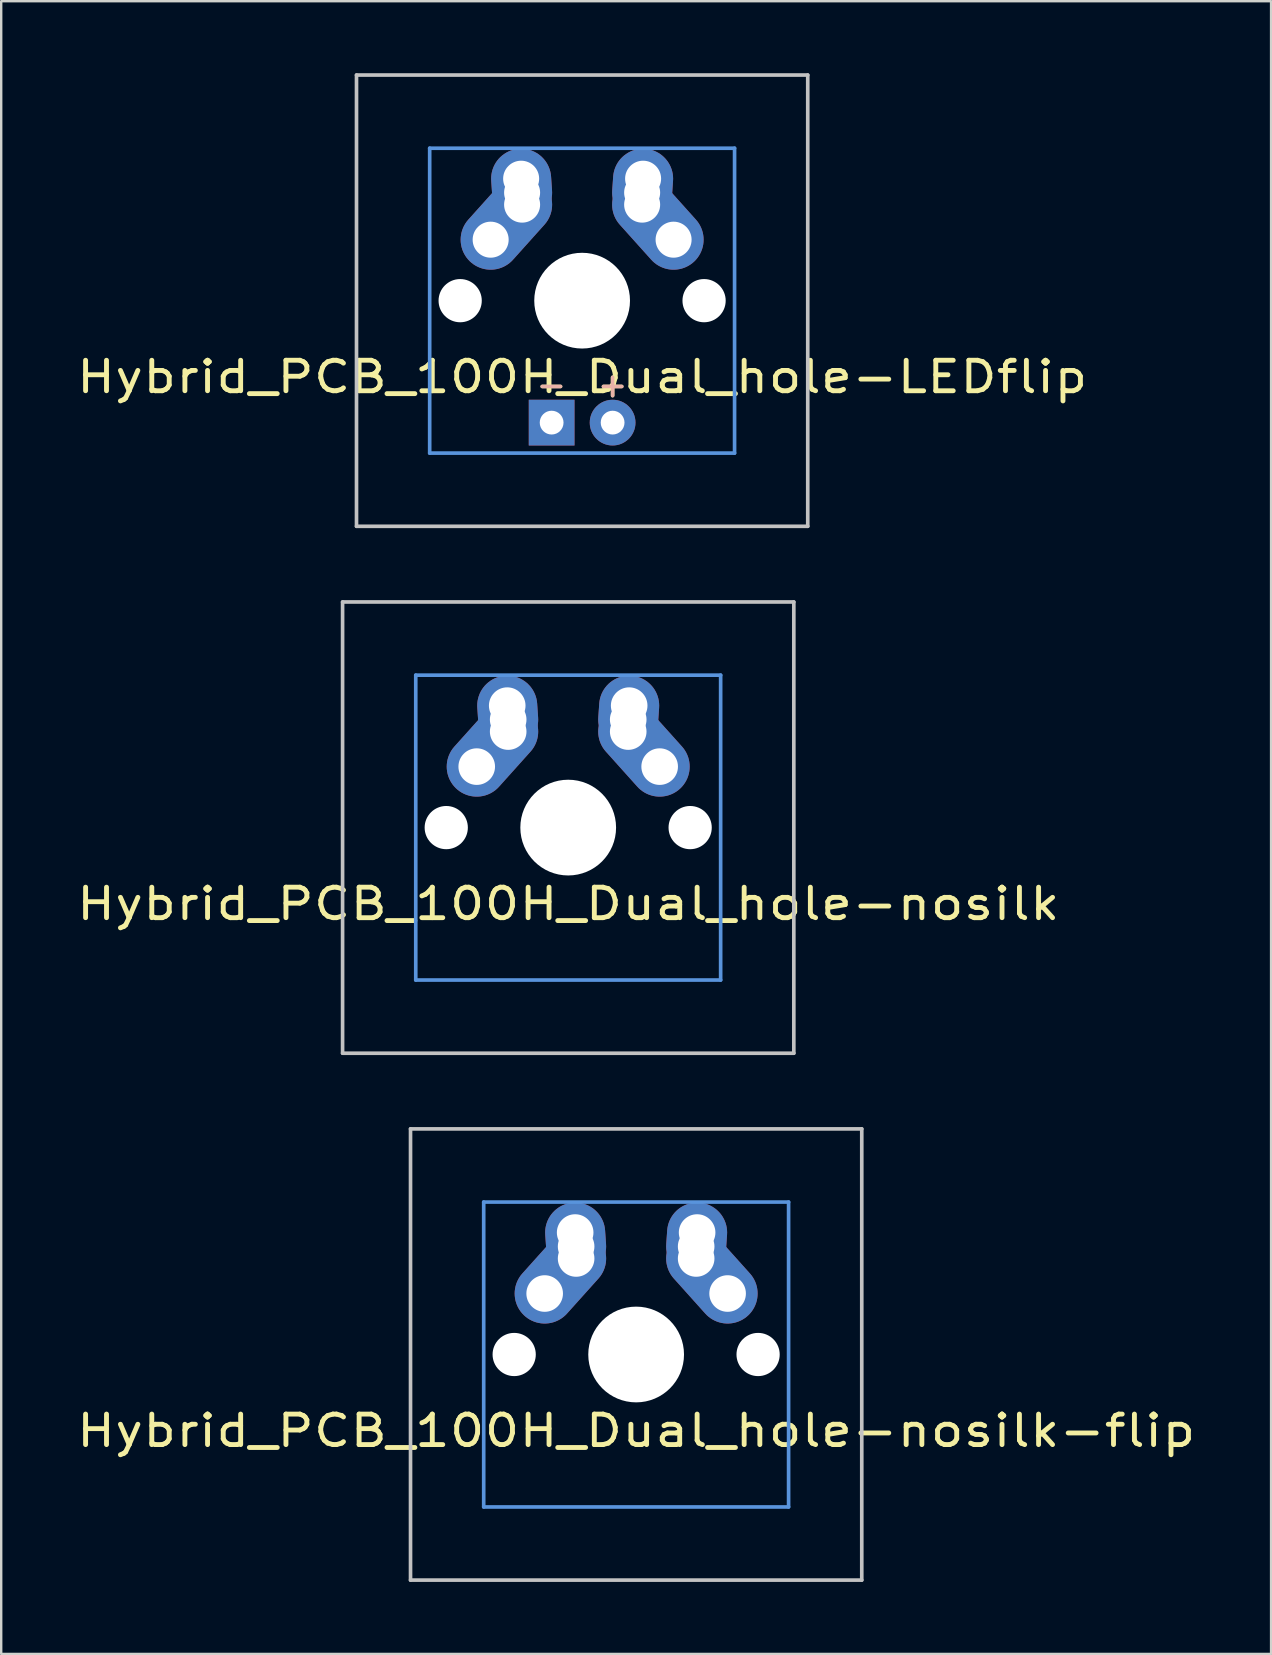
<source format=kicad_pcb>
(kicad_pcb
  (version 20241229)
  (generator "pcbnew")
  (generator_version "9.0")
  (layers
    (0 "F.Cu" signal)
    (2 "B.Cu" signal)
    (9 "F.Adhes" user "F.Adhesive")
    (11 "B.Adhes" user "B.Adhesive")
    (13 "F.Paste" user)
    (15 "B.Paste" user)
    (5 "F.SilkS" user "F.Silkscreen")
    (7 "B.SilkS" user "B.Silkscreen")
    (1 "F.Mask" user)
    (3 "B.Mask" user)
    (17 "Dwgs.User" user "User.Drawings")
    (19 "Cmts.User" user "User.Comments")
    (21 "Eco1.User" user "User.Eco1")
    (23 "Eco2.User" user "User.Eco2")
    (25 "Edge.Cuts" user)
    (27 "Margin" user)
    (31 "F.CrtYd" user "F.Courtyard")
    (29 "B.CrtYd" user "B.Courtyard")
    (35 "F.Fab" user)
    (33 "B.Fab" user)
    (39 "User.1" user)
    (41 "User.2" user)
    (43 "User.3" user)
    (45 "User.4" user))
  (footprint "Hybrid_PCB_100H_Dual_hole-nosilk-flip"
    (layer "F.Cu")
    (at 23.448 53.371)
    (property "Reference" "Hybrid_PCB_100H_Dual_hole-nosilk-flip" (at 0 3.175 0) (layer "F.SilkS") (effects (font (size 1.27 1.524) (thickness 0.203))))
    (attr through_hole)
    (fp_line (start -9.398 -9.398) (end 9.398 -9.398) (stroke (width 0.152) (type solid)) (layer "Dwgs.User"))
    (fp_line (start -9.398 9.398) (end -9.398 -9.398) (stroke (width 0.152) (type solid)) (layer "Dwgs.User"))
    (fp_line (start 9.398 -9.398) (end 9.398 9.398) (stroke (width 0.152) (type solid)) (layer "Dwgs.User"))
    (fp_line (start 9.398 9.398) (end -9.398 9.398) (stroke (width 0.152) (type solid)) (layer "Dwgs.User"))
    (fp_line (start -6.35 -6.35) (end 6.35 -6.35) (stroke (width 0.152) (type solid)) (layer "Cmts.User"))
    (fp_line (start -6.35 6.35) (end -6.35 -6.35) (stroke (width 0.152) (type solid)) (layer "Cmts.User"))
    (fp_line (start 6.35 -6.35) (end 6.35 6.35) (stroke (width 0.152) (type solid)) (layer "Cmts.User"))
    (fp_line (start 6.35 6.35) (end -6.35 6.35) (stroke (width 0.152) (type solid)) (layer "Cmts.User"))
    (fp_line (start -6.985 -6.985) (end 6.985 -6.985) (stroke (width 0.152) (type solid)) (layer "Eco2.User"))
    (fp_line (start -6.985 6.985) (end -6.985 -6.985) (stroke (width 0.152) (type solid)) (layer "Eco2.User"))
    (fp_line (start 6.985 -6.985) (end 6.985 6.985) (stroke (width 0.152) (type solid)) (layer "Eco2.User"))
    (fp_line (start 6.985 6.985) (end -6.985 6.985) (stroke (width 0.152) (type solid)) (layer "Eco2.User"))
    (pad "" np_thru_hole circle (at -5.08 0) (size 1.8 1.8) (drill 1.8) (layers "*.Cu"))
    (pad "" np_thru_hole circle (at 0 0) (size 3.988 3.988) (drill 3.988) (layers "*.Cu"))
    (pad "" np_thru_hole circle (at 5.08 0) (size 1.8 1.8) (drill 1.8) (layers "*.Cu"))
    (pad "1" thru_hole circle (at 2.5 -4.5 330.95) (size 2 2) (drill 1.524) (layers "*.Cu" "*.Mask"))
    (pad "1" thru_hole circle (at 2.5 -4) (size 2 2) (drill 1.524) (layers "*.Cu" "*.Mask"))
    (pad "1" thru_hole oval (at 2.52 -4.79 356.055) (size 2.5 3.081) (drill 0.001) (layers "*.Cu" "*.Mask"))
    (pad "1" thru_hole circle (at 2.54 -5.08 330.95) (size 2 2) (drill 1.524) (layers "*.Cu" "*.Mask"))
    (pad "1" thru_hole oval (at 3.155 -3.27 221.9) (size 2.5 4.462) (drill 0.001) (layers "*.Cu" "*.Mask"))
    (pad "1" thru_hole circle (at 3.81 -2.54 330.95) (size 2 2) (drill 1.524) (layers "*.Cu" "*.Mask"))
    (pad "2" thru_hole circle (at -3.81 -2.54 330.95) (size 2 2) (drill 1.524) (layers "*.Cu" "*.Mask"))
    (pad "2" thru_hole oval (at -3.155 -3.27 138.1) (size 2.5 4.462) (drill 0.001) (layers "*.Cu" "*.Mask"))
    (pad "2" thru_hole circle (at -2.54 -5.08 330.95) (size 2 2) (drill 1.524) (layers "*.Cu" "*.Mask"))
    (pad "2" thru_hole oval (at -2.52 -4.79 3.945) (size 2.5 3.081) (drill 0.001) (layers "*.Cu" "*.Mask"))
    (pad "2" thru_hole circle (at -2.5 -4.5 330.95) (size 2 2) (drill 1.524) (layers "*.Cu" "*.Mask"))
    (pad "2" thru_hole circle (at -2.5 -4 330.95) (size 2 2) (drill 1.524) (layers "*.Cu" "*.Mask")))
  (footprint "Hybrid_PCB_100H_Dual_hole-LEDflip"
    (layer "F.Cu")
    (at 21.198 9.474)
    (property "Reference" "Hybrid_PCB_100H_Dual_hole-LEDflip" (at 0 3.175 0) (layer "F.SilkS") (effects (font (size 1.27 1.524) (thickness 0.203))))
    (attr through_hole)
    (fp_line (start -9.398 -9.398) (end 9.398 -9.398) (stroke (width 0.152) (type solid)) (layer "Dwgs.User"))
    (fp_line (start -9.398 9.398) (end -9.398 -9.398) (stroke (width 0.152) (type solid)) (layer "Dwgs.User"))
    (fp_line (start 9.398 -9.398) (end 9.398 9.398) (stroke (width 0.152) (type solid)) (layer "Dwgs.User"))
    (fp_line (start 9.398 9.398) (end -9.398 9.398) (stroke (width 0.152) (type solid)) (layer "Dwgs.User"))
    (fp_line (start -6.35 -6.35) (end 6.35 -6.35) (stroke (width 0.152) (type solid)) (layer "Cmts.User"))
    (fp_line (start -6.35 6.35) (end -6.35 -6.35) (stroke (width 0.152) (type solid)) (layer "Cmts.User"))
    (fp_line (start 6.35 -6.35) (end 6.35 6.35) (stroke (width 0.152) (type solid)) (layer "Cmts.User"))
    (fp_line (start 6.35 6.35) (end -6.35 6.35) (stroke (width 0.152) (type solid)) (layer "Cmts.User"))
    (fp_line (start -6.985 -6.985) (end 6.985 -6.985) (stroke (width 0.152) (type solid)) (layer "Eco2.User"))
    (fp_line (start -6.985 6.985) (end -6.985 -6.985) (stroke (width 0.152) (type solid)) (layer "Eco2.User"))
    (fp_line (start 6.985 -6.985) (end 6.985 6.985) (stroke (width 0.152) (type solid)) (layer "Eco2.User"))
    (fp_line (start 6.985 6.985) (end -6.985 6.985) (stroke (width 0.152) (type solid)) (layer "Eco2.User"))
    (fp_text user "-" (at -1.28 3.5 0) (layer "F.SilkS") (effects (font (size 1 1) (thickness 0.15))))
    (fp_text user "+" (at 1.27 3.5 0) (layer "F.SilkS") (effects (font (size 1 1) (thickness 0.15))))
    (fp_text user "-" (at -1.28 3.5 0) (layer "B.SilkS") (effects (font (size 1 1) (thickness 0.15)) (justify mirror)))
    (fp_text user "+" (at 1.27 3.5 0) (layer "B.SilkS") (effects (font (size 1 1) (thickness 0.15)) (justify mirror)))
    (pad "" np_thru_hole circle (at -5.08 0) (size 1.8 1.8) (drill 1.8) (layers "*.Cu"))
    (pad "" np_thru_hole circle (at 0 0) (size 3.988 3.988) (drill 3.988) (layers "*.Cu"))
    (pad "" np_thru_hole circle (at 5.08 0) (size 1.8 1.8) (drill 1.8) (layers "*.Cu"))
    (pad "1" thru_hole circle (at -3.81 -2.54 330.95) (size 2 2) (drill 1.5) (layers "*.Cu" "*.Mask"))
    (pad "1" smd oval (at -3.155 -3.27 138.1) (size 2.5 4.462) (layers "F.Cu" "F.Mask" "F.Paste"))
    (pad "1" smd oval (at -3.155 -3.27 138.1) (size 2.5 4.462) (layers "B.Cu" "B.Mask" "B.Paste"))
    (pad "1" thru_hole circle (at -2.54 -5.08 330.95) (size 2 2) (drill 1.5) (layers "*.Cu" "*.Mask"))
    (pad "1" smd oval (at -2.52 -4.79 3.945) (size 2.5 3.081) (layers "F.Cu" "F.Mask" "F.Paste"))
    (pad "1" smd oval (at -2.52 -4.79 3.945) (size 2.5 3.081) (layers "B.Cu" "B.Mask" "B.Paste"))
    (pad "1" thru_hole circle (at -2.5 -4.5 330.95) (size 2 2) (drill 1.5) (layers "*.Cu" "*.Mask"))
    (pad "1" thru_hole circle (at -2.5 -4 330.95) (size 2 2) (drill 1.5) (layers "*.Cu" "*.Mask"))
    (pad "2" thru_hole circle (at 2.5 -4.5 150.95) (size 2 2) (drill 1.5) (layers "*.Cu" "*.Mask"))
    (pad "2" thru_hole circle (at 2.5 -4) (size 2 2) (drill 1.5) (layers "*.Cu" "*.Mask"))
    (pad "2" smd oval (at 2.52 -4.79 356.055) (size 2.5 3.081) (layers "F.Cu" "F.Mask" "F.Paste"))
    (pad "2" smd oval (at 2.52 -4.79 356.055) (size 2.5 3.081) (layers "B.Cu" "B.Mask" "B.Paste"))
    (pad "2" thru_hole circle (at 2.54 -5.08 240.95) (size 2 2) (drill 1.5) (layers "*.Cu" "*.Mask"))
    (pad "2" smd oval (at 3.155 -3.27 221.9) (size 2.5 4.462) (layers "F.Cu" "F.Mask" "F.Paste"))
    (pad "2" smd oval (at 3.155 -3.27 221.9) (size 2.5 4.462) (layers "B.Cu" "B.Mask" "B.Paste"))
    (pad "2" thru_hole circle (at 3.81 -2.54 240.95) (size 2 2) (drill 1.5) (layers "*.Cu" "*.Mask"))
    (pad "3" thru_hole circle (at 1.27 5.08) (size 1.905 1.905) (drill 0.991) (layers "*.Cu" "*.Mask"))
    (pad "4" thru_hole rect (at -1.27 5.08) (size 1.905 1.905) (drill 0.991) (layers "*.Cu" "*.Mask")))
  (footprint "Hybrid_PCB_100H_Dual_hole-nosilk"
    (layer "F.Cu")
    (at 20.618 31.423)
    (property "Reference" "Hybrid_PCB_100H_Dual_hole-nosilk" (at 0 3.175 0) (layer "F.SilkS") (effects (font (size 1.27 1.524) (thickness 0.203))))
    (attr through_hole)
    (fp_line (start -9.398 -9.398) (end 9.398 -9.398) (stroke (width 0.152) (type solid)) (layer "Dwgs.User"))
    (fp_line (start -9.398 9.398) (end -9.398 -9.398) (stroke (width 0.152) (type solid)) (layer "Dwgs.User"))
    (fp_line (start 9.398 -9.398) (end 9.398 9.398) (stroke (width 0.152) (type solid)) (layer "Dwgs.User"))
    (fp_line (start 9.398 9.398) (end -9.398 9.398) (stroke (width 0.152) (type solid)) (layer "Dwgs.User"))
    (fp_line (start -6.35 -6.35) (end 6.35 -6.35) (stroke (width 0.152) (type solid)) (layer "Cmts.User"))
    (fp_line (start -6.35 6.35) (end -6.35 -6.35) (stroke (width 0.152) (type solid)) (layer "Cmts.User"))
    (fp_line (start 6.35 -6.35) (end 6.35 6.35) (stroke (width 0.152) (type solid)) (layer "Cmts.User"))
    (fp_line (start 6.35 6.35) (end -6.35 6.35) (stroke (width 0.152) (type solid)) (layer "Cmts.User"))
    (fp_line (start -6.985 -6.985) (end 6.985 -6.985) (stroke (width 0.152) (type solid)) (layer "Eco2.User"))
    (fp_line (start -6.985 6.985) (end -6.985 -6.985) (stroke (width 0.152) (type solid)) (layer "Eco2.User"))
    (fp_line (start 6.985 -6.985) (end 6.985 6.985) (stroke (width 0.152) (type solid)) (layer "Eco2.User"))
    (fp_line (start 6.985 6.985) (end -6.985 6.985) (stroke (width 0.152) (type solid)) (layer "Eco2.User"))
    (pad "" np_thru_hole circle (at -5.08 0) (size 1.8 1.8) (drill 1.8) (layers "*.Cu"))
    (pad "" np_thru_hole circle (at 0 0) (size 3.988 3.988) (drill 3.988) (layers "*.Cu"))
    (pad "" np_thru_hole circle (at 5.08 0) (size 1.8 1.8) (drill 1.8) (layers "*.Cu"))
    (pad "1" thru_hole circle (at -3.81 -2.54 330.95) (size 2 2) (drill 1.524) (layers "*.Cu" "*.Mask"))
    (pad "1" thru_hole oval (at -3.155 -3.27 138.1) (size 2.5 4.462) (drill 0.001) (layers "*.Cu" "*.Mask"))
    (pad "1" thru_hole circle (at -2.54 -5.08 330.95) (size 2 2) (drill 1.524) (layers "*.Cu" "*.Mask"))
    (pad "1" thru_hole oval (at -2.52 -4.79 3.945) (size 2.5 3.081) (drill 0.001) (layers "*.Cu" "*.Mask"))
    (pad "1" thru_hole circle (at -2.5 -4.5 330.95) (size 2 2) (drill 1.524) (layers "*.Cu" "*.Mask"))
    (pad "1" thru_hole circle (at -2.5 -4 330.95) (size 2 2) (drill 1.524) (layers "*.Cu" "*.Mask"))
    (pad "2" thru_hole circle (at 2.5 -4.5 330.95) (size 2 2) (drill 1.524) (layers "*.Cu" "*.Mask"))
    (pad "2" thru_hole circle (at 2.5 -4) (size 2 2) (drill 1.524) (layers "*.Cu" "*.Mask"))
    (pad "2" thru_hole oval (at 2.52 -4.79 356.055) (size 2.5 3.081) (drill 0.001) (layers "*.Cu" "*.Mask"))
    (pad "2" thru_hole circle (at 2.54 -5.08 330.95) (size 2 2) (drill 1.524) (layers "*.Cu" "*.Mask"))
    (pad "2" thru_hole oval (at 3.155 -3.27 221.9) (size 2.5 4.462) (drill 0.001) (layers "*.Cu" "*.Mask"))
    (pad "2" thru_hole circle (at 3.81 -2.54 330.95) (size 2 2) (drill 1.524) (layers "*.Cu" "*.Mask")))
  (gr_rect
    (start -3 -3)
    (end 49.896 65.845)
    (stroke (width 0.1) (type default))
    (fill no)
    (layer "Edge.Cuts")))
</source>
